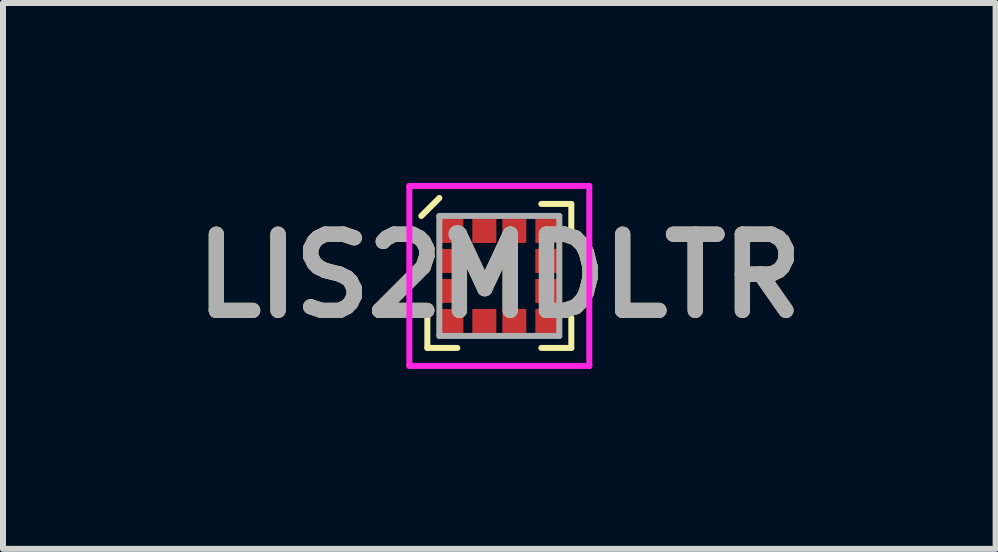
<source format=kicad_pcb>
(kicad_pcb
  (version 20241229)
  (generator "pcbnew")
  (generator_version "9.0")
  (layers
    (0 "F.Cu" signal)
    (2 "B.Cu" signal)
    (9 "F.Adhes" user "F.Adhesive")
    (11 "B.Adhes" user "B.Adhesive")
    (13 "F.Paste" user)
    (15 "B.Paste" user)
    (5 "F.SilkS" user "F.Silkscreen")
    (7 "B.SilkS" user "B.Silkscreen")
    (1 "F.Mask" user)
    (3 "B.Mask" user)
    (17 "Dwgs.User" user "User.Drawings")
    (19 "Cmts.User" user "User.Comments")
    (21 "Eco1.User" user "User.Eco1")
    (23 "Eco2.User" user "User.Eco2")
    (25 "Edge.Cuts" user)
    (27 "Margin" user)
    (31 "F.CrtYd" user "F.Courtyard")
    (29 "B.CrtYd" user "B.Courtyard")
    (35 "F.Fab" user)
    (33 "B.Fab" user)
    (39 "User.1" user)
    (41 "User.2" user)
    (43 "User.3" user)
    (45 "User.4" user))
  (footprint "LIS2MDLTR"
    (layer "F.Cu")
    (at 5.274 1.55)
    (property "Reference" "LIS2MDLTR" (at 0 0 0) (layer "F.SilkS") (effects (font (size 1.27 1.27) (thickness 0.254))))
    (attr smd)
    (fp_line (start -1.3 -1) (end -1 -1.3) (stroke (width 0.1) (type default)) (layer "F.SilkS"))
    (fp_line (start -1.2 1.2) (end -1.2 0.7) (stroke (width 0.1) (type default)) (layer "F.SilkS"))
    (fp_line (start -1.2 1.2) (end -0.7 1.2) (stroke (width 0.1) (type default)) (layer "F.SilkS"))
    (fp_line (start 1.2 -1.2) (end 0.7 -1.2) (stroke (width 0.1) (type default)) (layer "F.SilkS"))
    (fp_line (start 1.2 -1.2) (end 1.2 -0.7) (stroke (width 0.1) (type default)) (layer "F.SilkS"))
    (fp_line (start 1.2 1.2) (end 0.7 1.2) (stroke (width 0.1) (type default)) (layer "F.SilkS"))
    (fp_line (start 1.2 1.2) (end 1.2 0.7) (stroke (width 0.1) (type default)) (layer "F.SilkS"))
    (fp_line (start -1.5 -1.5) (end 1.5 -1.5) (stroke (width 0.1) (type default)) (layer "F.CrtYd"))
    (fp_line (start -1.5 1.5) (end -1.5 -1.5) (stroke (width 0.1) (type default)) (layer "F.CrtYd"))
    (fp_line (start 1.5 1.5) (end -1.5 1.5) (stroke (width 0.1) (type default)) (layer "F.CrtYd"))
    (fp_line (start 1.5 1.5) (end 1.5 -1.5) (stroke (width 0.1) (type default)) (layer "F.CrtYd"))
    (fp_line (start -1 -1) (end 1 -1) (stroke (width 0.1) (type solid)) (layer "F.Fab"))
    (fp_line (start -1 1) (end -1 -1) (stroke (width 0.1) (type solid)) (layer "F.Fab"))
    (fp_line (start 1 -1) (end 1 1) (stroke (width 0.1) (type solid)) (layer "F.Fab"))
    (fp_line (start 1 1) (end -1 1) (stroke (width 0.1) (type solid)) (layer "F.Fab"))
    (fp_circle (center -0.7 -0.7) (end -0.6 -0.7) (stroke (width 0.1) (type solid)) (fill no) (layer "F.Fab"))
    (fp_text user "${REFERENCE}" (at 0 0 0) (layer "F.Fab") (effects (font (size 1.27 1.27) (thickness 0.254))))
    (pad "1" smd rect (at -0.8 -0.75 90) (size 0.4 0.4) (layers "F.Cu" "F.Mask" "F.Paste"))
    (pad "2" smd rect (at -0.8 -0.25 90) (size 0.4 0.4) (layers "F.Cu" "F.Mask" "F.Paste"))
    (pad "3" smd rect (at -0.8 0.25 90) (size 0.4 0.4) (layers "F.Cu" "F.Mask" "F.Paste"))
    (pad "4" smd rect (at -0.8 0.75 90) (size 0.4 0.4) (layers "F.Cu" "F.Mask" "F.Paste"))
    (pad "5" smd rect (at -0.25 0.75 90) (size 0.4 0.4) (layers "F.Cu" "F.Mask" "F.Paste"))
    (pad "6" smd rect (at 0.25 0.75 90) (size 0.4 0.4) (layers "F.Cu" "F.Mask" "F.Paste"))
    (pad "7" smd rect (at 0.8 0.75 90) (size 0.4 0.4) (layers "F.Cu" "F.Mask" "F.Paste"))
    (pad "8" smd rect (at 0.8 0.25 90) (size 0.4 0.4) (layers "F.Cu" "F.Mask" "F.Paste"))
    (pad "9" smd rect (at 0.8 -0.25 90) (size 0.4 0.4) (layers "F.Cu" "F.Mask" "F.Paste"))
    (pad "10" smd rect (at 0.8 -0.75 90) (size 0.4 0.4) (layers "F.Cu" "F.Mask" "F.Paste"))
    (pad "11" smd rect (at 0.25 -0.75 90) (size 0.4 0.4) (layers "F.Cu" "F.Mask" "F.Paste"))
    (pad "12" smd rect (at -0.25 -0.75 90) (size 0.4 0.4) (layers "F.Cu" "F.Mask" "F.Paste")))
  (gr_rect
    (start -3 -3)
    (end 13.547 6.1)
    (stroke (width 0.1) (type default))
    (fill no)
    (layer "Edge.Cuts")))
</source>
